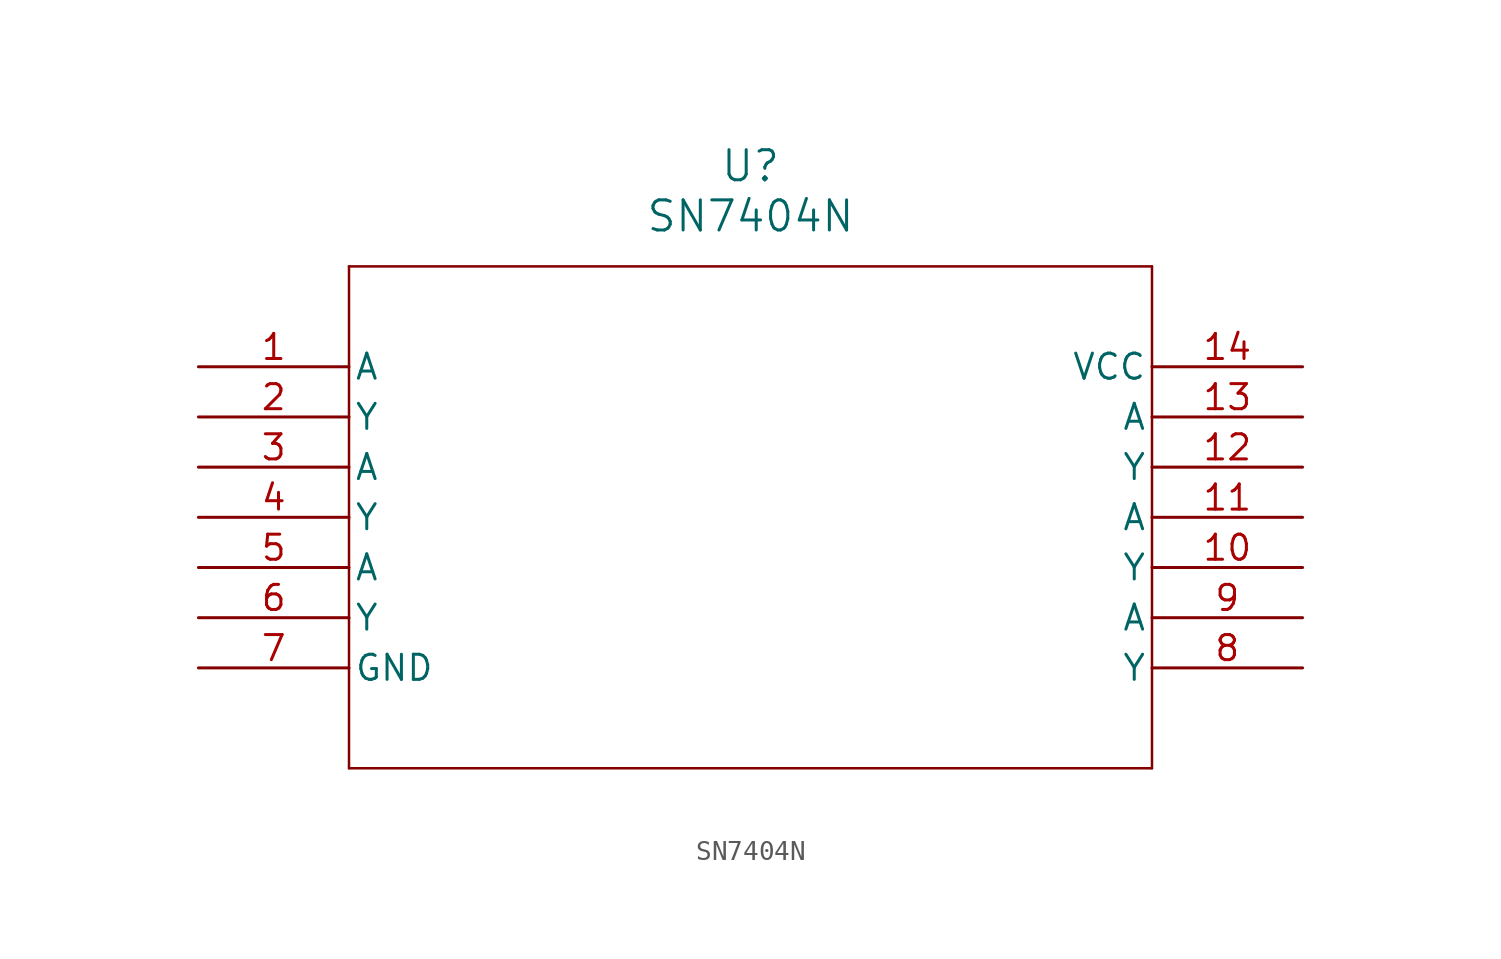
<source format=kicad_sym>
(kicad_symbol_lib
  (version 20211014)
  (generator kicad_symbol_editor)
  (symbol "SN7404N"
    (pin_names
      (offset 0.254))
    (property "Reference" "U"
      (at 27.94 10.16 0)
      (effects (font (size 1.524 1.524))))
    (property "Value" "SN7404N"
      (at 27.94 7.62 0)
      (effects (font (size 1.524 1.524))))
    (symbol "SN7404N_0_1"
      (polyline (pts (xy 7.62 5.08) (xy 7.62 -20.32)) (stroke (width 0.127) (type default) (color 0 0 0 0)) (fill (type none)))
      (polyline (pts (xy 7.62 -20.32) (xy 48.26 -20.32)) (stroke (width 0.127) (type default) (color 0 0 0 0)) (fill (type none)))
      (polyline (pts (xy 48.26 -20.32) (xy 48.26 5.08)) (stroke (width 0.127) (type default) (color 0 0 0 0)) (fill (type none)))
      (polyline (pts (xy 48.26 5.08) (xy 7.62 5.08)) (stroke (width 0.127) (type default) (color 0 0 0 0)) (fill (type none)))
      (pin input line (at 0 0 0) (length 7.62) (name "A" (effects (font (size 1.27 1.27)))) (number "1" (effects (font (size 1.27 1.27)))))
      (pin output line (at 0 -2.54 0) (length 7.62) (name "Y" (effects (font (size 1.27 1.27)))) (number "2" (effects (font (size 1.27 1.27)))))
      (pin input line (at 0 -5.08 0) (length 7.62) (name "A" (effects (font (size 1.27 1.27)))) (number "3" (effects (font (size 1.27 1.27)))))
      (pin output line (at 0 -7.62 0) (length 7.62) (name "Y" (effects (font (size 1.27 1.27)))) (number "4" (effects (font (size 1.27 1.27)))))
      (pin input line (at 0 -10.16 0) (length 7.62) (name "A" (effects (font (size 1.27 1.27)))) (number "5" (effects (font (size 1.27 1.27)))))
      (pin output line (at 0 -12.7 0) (length 7.62) (name "Y" (effects (font (size 1.27 1.27)))) (number "6" (effects (font (size 1.27 1.27)))))
      (pin power_in line (at 0 -15.24 0) (length 7.62) (name "GND" (effects (font (size 1.27 1.27)))) (number "7" (effects (font (size 1.27 1.27)))))
      (pin output line (at 55.88 -15.24 180) (length 7.62) (name "Y" (effects (font (size 1.27 1.27)))) (number "8" (effects (font (size 1.27 1.27)))))
      (pin input line (at 55.88 -12.7 180) (length 7.62) (name "A" (effects (font (size 1.27 1.27)))) (number "9" (effects (font (size 1.27 1.27)))))
      (pin output line (at 55.88 -10.16 180) (length 7.62) (name "Y" (effects (font (size 1.27 1.27)))) (number "10" (effects (font (size 1.27 1.27)))))
      (pin input line (at 55.88 -7.62 180) (length 7.62) (name "A" (effects (font (size 1.27 1.27)))) (number "11" (effects (font (size 1.27 1.27)))))
      (pin output line (at 55.88 -5.08 180) (length 7.62) (name "Y" (effects (font (size 1.27 1.27)))) (number "12" (effects (font (size 1.27 1.27)))))
      (pin input line (at 55.88 -2.54 180) (length 7.62) (name "A" (effects (font (size 1.27 1.27)))) (number "13" (effects (font (size 1.27 1.27)))))
      (pin power_in line (at 55.88 0 180) (length 7.62) (name "VCC" (effects (font (size 1.27 1.27)))) (number "14" (effects (font (size 1.27 1.27))))))))
</source>
